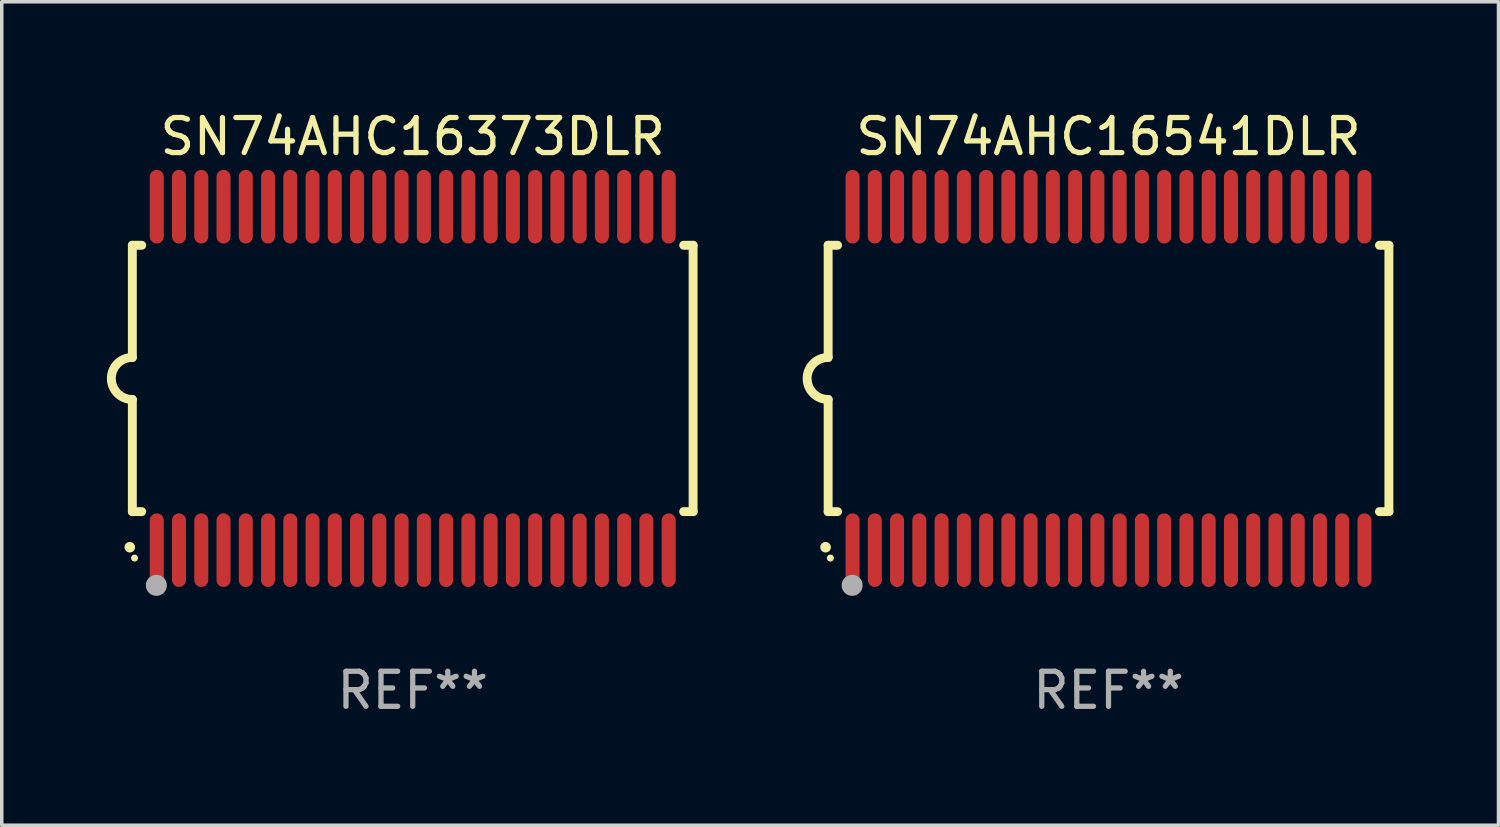
<source format=kicad_pcb>
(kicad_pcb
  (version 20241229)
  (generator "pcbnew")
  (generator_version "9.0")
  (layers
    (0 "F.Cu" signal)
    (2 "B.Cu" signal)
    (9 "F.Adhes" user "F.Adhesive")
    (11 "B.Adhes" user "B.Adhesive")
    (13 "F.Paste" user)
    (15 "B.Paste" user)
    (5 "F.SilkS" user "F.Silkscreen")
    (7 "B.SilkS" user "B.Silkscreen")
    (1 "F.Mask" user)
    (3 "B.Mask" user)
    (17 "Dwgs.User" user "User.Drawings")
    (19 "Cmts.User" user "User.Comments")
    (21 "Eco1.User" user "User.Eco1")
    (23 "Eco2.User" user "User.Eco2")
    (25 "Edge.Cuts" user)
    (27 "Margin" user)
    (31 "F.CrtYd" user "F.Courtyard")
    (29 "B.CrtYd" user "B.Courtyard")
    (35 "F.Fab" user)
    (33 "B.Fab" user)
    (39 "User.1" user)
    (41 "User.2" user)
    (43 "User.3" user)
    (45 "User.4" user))
  (footprint "SN74AHC16541DLR"
    (layer "F.Cu")
    (at 28.579 7.748)
    (property "Reference" "SN74AHC16541DLR" (at 0 -6.9 0) (layer "F.SilkS") (effects (font (size 1 1) (thickness 0.15))))
    (attr through_hole)
    (fp_line (start -8 -3.8) (end -8 -0.599) (stroke (width 0.254) (type solid)) (layer "F.SilkS"))
    (fp_line (start -8 -3.8) (end -7.731 -3.8) (stroke (width 0.254) (type solid)) (layer "F.SilkS"))
    (fp_line (start -8 3.8) (end -8 0.599) (stroke (width 0.254) (type solid)) (layer "F.SilkS"))
    (fp_line (start -7.731 3.8) (end -8 3.8) (stroke (width 0.254) (type solid)) (layer "F.SilkS"))
    (fp_line (start 7.731 -3.8) (end 8 -3.8) (stroke (width 0.254) (type solid)) (layer "F.SilkS"))
    (fp_line (start 8 -3.8) (end 8 3.8) (stroke (width 0.254) (type solid)) (layer "F.SilkS"))
    (fp_line (start 8 3.8) (end 7.731 3.8) (stroke (width 0.254) (type solid)) (layer "F.SilkS"))
    (fp_arc (start -8.074676 4.81585) (mid -8.073406 4.815845) (end -8.072136 4.81585) (stroke (width 0.3) (type solid)) (layer "F.SilkS"))
    (fp_arc (start -8.000025 0.6) (mid -8.598908 0.00056) (end -8.000027 -0.598882) (stroke (width 0.254001) (type solid)) (layer "F.SilkS"))
    (fp_circle (center -7.937 5.125) (end -7.887 5.125) (stroke (width 0.1) (type solid)) (fill no) (layer "F.SilkS"))
    (fp_circle (center -7.315 5.903) (end -7.165 5.903) (stroke (width 0.3) (type solid)) (fill no) (layer "F.Fab"))
    (fp_text user "REF**" (at 0 8.9 0) (layer "F.Fab") (effects (font (size 1 1) (thickness 0.15))))
    (pad "1" smd oval (at -7.303 4.9) (size 0.4 2.1) (layers "F.Cu" "F.Mask" "F.Paste"))
    (pad "2" smd oval (at -6.668 4.9) (size 0.4 2.1) (layers "F.Cu" "F.Mask" "F.Paste"))
    (pad "3" smd oval (at -6.033 4.9) (size 0.4 2.1) (layers "F.Cu" "F.Mask" "F.Paste"))
    (pad "4" smd oval (at -5.398 4.9) (size 0.4 2.1) (layers "F.Cu" "F.Mask" "F.Paste"))
    (pad "5" smd oval (at -4.763 4.9) (size 0.4 2.1) (layers "F.Cu" "F.Mask" "F.Paste"))
    (pad "6" smd oval (at -4.128 4.9) (size 0.4 2.1) (layers "F.Cu" "F.Mask" "F.Paste"))
    (pad "7" smd oval (at -3.493 4.9) (size 0.4 2.1) (layers "F.Cu" "F.Mask" "F.Paste"))
    (pad "8" smd oval (at -2.858 4.9) (size 0.4 2.1) (layers "F.Cu" "F.Mask" "F.Paste"))
    (pad "9" smd oval (at -2.223 4.9) (size 0.4 2.1) (layers "F.Cu" "F.Mask" "F.Paste"))
    (pad "10" smd oval (at -1.588 4.9) (size 0.4 2.1) (layers "F.Cu" "F.Mask" "F.Paste"))
    (pad "11" smd oval (at -0.953 4.9) (size 0.4 2.1) (layers "F.Cu" "F.Mask" "F.Paste"))
    (pad "12" smd oval (at -0.318 4.9) (size 0.4 2.1) (layers "F.Cu" "F.Mask" "F.Paste"))
    (pad "13" smd oval (at 0.318 4.9) (size 0.4 2.1) (layers "F.Cu" "F.Mask" "F.Paste"))
    (pad "14" smd oval (at 0.953 4.9) (size 0.4 2.1) (layers "F.Cu" "F.Mask" "F.Paste"))
    (pad "15" smd oval (at 1.588 4.9) (size 0.4 2.1) (layers "F.Cu" "F.Mask" "F.Paste"))
    (pad "16" smd oval (at 2.223 4.9) (size 0.4 2.1) (layers "F.Cu" "F.Mask" "F.Paste"))
    (pad "17" smd oval (at 2.858 4.9) (size 0.4 2.1) (layers "F.Cu" "F.Mask" "F.Paste"))
    (pad "18" smd oval (at 3.493 4.9) (size 0.4 2.1) (layers "F.Cu" "F.Mask" "F.Paste"))
    (pad "19" smd oval (at 4.128 4.9) (size 0.4 2.1) (layers "F.Cu" "F.Mask" "F.Paste"))
    (pad "20" smd oval (at 4.763 4.9) (size 0.4 2.1) (layers "F.Cu" "F.Mask" "F.Paste"))
    (pad "21" smd oval (at 5.398 4.9) (size 0.4 2.1) (layers "F.Cu" "F.Mask" "F.Paste"))
    (pad "22" smd oval (at 6.033 4.9) (size 0.4 2.1) (layers "F.Cu" "F.Mask" "F.Paste"))
    (pad "23" smd oval (at 6.668 4.9) (size 0.4 2.1) (layers "F.Cu" "F.Mask" "F.Paste"))
    (pad "24" smd oval (at 7.303 4.9) (size 0.4 2.1) (layers "F.Cu" "F.Mask" "F.Paste"))
    (pad "25" smd oval (at 7.303 -4.9 180) (size 0.4 2.1) (layers "F.Cu" "F.Mask" "F.Paste"))
    (pad "26" smd oval (at 6.668 -4.9 180) (size 0.4 2.1) (layers "F.Cu" "F.Mask" "F.Paste"))
    (pad "27" smd oval (at 6.033 -4.9 180) (size 0.4 2.1) (layers "F.Cu" "F.Mask" "F.Paste"))
    (pad "28" smd oval (at 5.398 -4.9 180) (size 0.4 2.1) (layers "F.Cu" "F.Mask" "F.Paste"))
    (pad "29" smd oval (at 4.763 -4.9 180) (size 0.4 2.1) (layers "F.Cu" "F.Mask" "F.Paste"))
    (pad "30" smd oval (at 4.128 -4.9 180) (size 0.4 2.1) (layers "F.Cu" "F.Mask" "F.Paste"))
    (pad "31" smd oval (at 3.493 -4.9 180) (size 0.4 2.1) (layers "F.Cu" "F.Mask" "F.Paste"))
    (pad "32" smd oval (at 2.858 -4.9 180) (size 0.4 2.1) (layers "F.Cu" "F.Mask" "F.Paste"))
    (pad "33" smd oval (at 2.223 -4.9 180) (size 0.4 2.1) (layers "F.Cu" "F.Mask" "F.Paste"))
    (pad "34" smd oval (at 1.588 -4.9 180) (size 0.4 2.1) (layers "F.Cu" "F.Mask" "F.Paste"))
    (pad "35" smd oval (at 0.953 -4.9 180) (size 0.4 2.1) (layers "F.Cu" "F.Mask" "F.Paste"))
    (pad "36" smd oval (at 0.318 -4.9 180) (size 0.4 2.1) (layers "F.Cu" "F.Mask" "F.Paste"))
    (pad "37" smd oval (at -0.318 -4.9 180) (size 0.4 2.1) (layers "F.Cu" "F.Mask" "F.Paste"))
    (pad "38" smd oval (at -0.953 -4.9 180) (size 0.4 2.1) (layers "F.Cu" "F.Mask" "F.Paste"))
    (pad "39" smd oval (at -1.588 -4.9 180) (size 0.4 2.1) (layers "F.Cu" "F.Mask" "F.Paste"))
    (pad "40" smd oval (at -2.223 -4.9 180) (size 0.4 2.1) (layers "F.Cu" "F.Mask" "F.Paste"))
    (pad "41" smd oval (at -2.858 -4.9 180) (size 0.4 2.1) (layers "F.Cu" "F.Mask" "F.Paste"))
    (pad "42" smd oval (at -3.493 -4.9 180) (size 0.4 2.1) (layers "F.Cu" "F.Mask" "F.Paste"))
    (pad "43" smd oval (at -4.128 -4.9 180) (size 0.4 2.1) (layers "F.Cu" "F.Mask" "F.Paste"))
    (pad "44" smd oval (at -4.763 -4.9 180) (size 0.4 2.1) (layers "F.Cu" "F.Mask" "F.Paste"))
    (pad "45" smd oval (at -5.398 -4.9 180) (size 0.4 2.1) (layers "F.Cu" "F.Mask" "F.Paste"))
    (pad "46" smd oval (at -6.033 -4.9 180) (size 0.4 2.1) (layers "F.Cu" "F.Mask" "F.Paste"))
    (pad "47" smd oval (at -6.668 -4.9 180) (size 0.4 2.1) (layers "F.Cu" "F.Mask" "F.Paste"))
    (pad "48" smd oval (at -7.303 -4.9 180) (size 0.4 2.1) (layers "F.Cu" "F.Mask" "F.Paste")))
  (footprint "SN74AHC16373DLR"
    (layer "F.Cu")
    (at 8.726 7.748)
    (property "Reference" "SN74AHC16373DLR" (at 0 -6.9 0) (layer "F.SilkS") (effects (font (size 1 1) (thickness 0.15))))
    (attr through_hole)
    (fp_line (start -8 -3.8) (end -8 -0.599) (stroke (width 0.254) (type solid)) (layer "F.SilkS"))
    (fp_line (start -8 -3.8) (end -7.731 -3.8) (stroke (width 0.254) (type solid)) (layer "F.SilkS"))
    (fp_line (start -8 3.8) (end -8 0.599) (stroke (width 0.254) (type solid)) (layer "F.SilkS"))
    (fp_line (start -7.731 3.8) (end -8 3.8) (stroke (width 0.254) (type solid)) (layer "F.SilkS"))
    (fp_line (start 7.731 -3.8) (end 8 -3.8) (stroke (width 0.254) (type solid)) (layer "F.SilkS"))
    (fp_line (start 8 -3.8) (end 8 3.8) (stroke (width 0.254) (type solid)) (layer "F.SilkS"))
    (fp_line (start 8 3.8) (end 7.731 3.8) (stroke (width 0.254) (type solid)) (layer "F.SilkS"))
    (fp_arc (start -8.074676 4.81585) (mid -8.073406 4.815845) (end -8.072136 4.81585) (stroke (width 0.3) (type solid)) (layer "F.SilkS"))
    (fp_arc (start -8.000025 0.6) (mid -8.598908 0.00056) (end -8.000027 -0.598882) (stroke (width 0.254001) (type solid)) (layer "F.SilkS"))
    (fp_circle (center -7.937 5.125) (end -7.887 5.125) (stroke (width 0.1) (type solid)) (fill no) (layer "F.SilkS"))
    (fp_circle (center -7.315 5.903) (end -7.165 5.903) (stroke (width 0.3) (type solid)) (fill no) (layer "F.Fab"))
    (fp_text user "REF**" (at 0 8.9 0) (layer "F.Fab") (effects (font (size 1 1) (thickness 0.15))))
    (pad "1" smd oval (at -7.303 4.9) (size 0.4 2.1) (layers "F.Cu" "F.Mask" "F.Paste"))
    (pad "2" smd oval (at -6.668 4.9) (size 0.4 2.1) (layers "F.Cu" "F.Mask" "F.Paste"))
    (pad "3" smd oval (at -6.033 4.9) (size 0.4 2.1) (layers "F.Cu" "F.Mask" "F.Paste"))
    (pad "4" smd oval (at -5.398 4.9) (size 0.4 2.1) (layers "F.Cu" "F.Mask" "F.Paste"))
    (pad "5" smd oval (at -4.763 4.9) (size 0.4 2.1) (layers "F.Cu" "F.Mask" "F.Paste"))
    (pad "6" smd oval (at -4.128 4.9) (size 0.4 2.1) (layers "F.Cu" "F.Mask" "F.Paste"))
    (pad "7" smd oval (at -3.493 4.9) (size 0.4 2.1) (layers "F.Cu" "F.Mask" "F.Paste"))
    (pad "8" smd oval (at -2.858 4.9) (size 0.4 2.1) (layers "F.Cu" "F.Mask" "F.Paste"))
    (pad "9" smd oval (at -2.223 4.9) (size 0.4 2.1) (layers "F.Cu" "F.Mask" "F.Paste"))
    (pad "10" smd oval (at -1.588 4.9) (size 0.4 2.1) (layers "F.Cu" "F.Mask" "F.Paste"))
    (pad "11" smd oval (at -0.953 4.9) (size 0.4 2.1) (layers "F.Cu" "F.Mask" "F.Paste"))
    (pad "12" smd oval (at -0.318 4.9) (size 0.4 2.1) (layers "F.Cu" "F.Mask" "F.Paste"))
    (pad "13" smd oval (at 0.318 4.9) (size 0.4 2.1) (layers "F.Cu" "F.Mask" "F.Paste"))
    (pad "14" smd oval (at 0.953 4.9) (size 0.4 2.1) (layers "F.Cu" "F.Mask" "F.Paste"))
    (pad "15" smd oval (at 1.588 4.9) (size 0.4 2.1) (layers "F.Cu" "F.Mask" "F.Paste"))
    (pad "16" smd oval (at 2.223 4.9) (size 0.4 2.1) (layers "F.Cu" "F.Mask" "F.Paste"))
    (pad "17" smd oval (at 2.858 4.9) (size 0.4 2.1) (layers "F.Cu" "F.Mask" "F.Paste"))
    (pad "18" smd oval (at 3.493 4.9) (size 0.4 2.1) (layers "F.Cu" "F.Mask" "F.Paste"))
    (pad "19" smd oval (at 4.128 4.9) (size 0.4 2.1) (layers "F.Cu" "F.Mask" "F.Paste"))
    (pad "20" smd oval (at 4.763 4.9) (size 0.4 2.1) (layers "F.Cu" "F.Mask" "F.Paste"))
    (pad "21" smd oval (at 5.398 4.9) (size 0.4 2.1) (layers "F.Cu" "F.Mask" "F.Paste"))
    (pad "22" smd oval (at 6.033 4.9) (size 0.4 2.1) (layers "F.Cu" "F.Mask" "F.Paste"))
    (pad "23" smd oval (at 6.668 4.9) (size 0.4 2.1) (layers "F.Cu" "F.Mask" "F.Paste"))
    (pad "24" smd oval (at 7.303 4.9) (size 0.4 2.1) (layers "F.Cu" "F.Mask" "F.Paste"))
    (pad "25" smd oval (at 7.303 -4.9 180) (size 0.4 2.1) (layers "F.Cu" "F.Mask" "F.Paste"))
    (pad "26" smd oval (at 6.668 -4.9 180) (size 0.4 2.1) (layers "F.Cu" "F.Mask" "F.Paste"))
    (pad "27" smd oval (at 6.033 -4.9 180) (size 0.4 2.1) (layers "F.Cu" "F.Mask" "F.Paste"))
    (pad "28" smd oval (at 5.398 -4.9 180) (size 0.4 2.1) (layers "F.Cu" "F.Mask" "F.Paste"))
    (pad "29" smd oval (at 4.763 -4.9 180) (size 0.4 2.1) (layers "F.Cu" "F.Mask" "F.Paste"))
    (pad "30" smd oval (at 4.128 -4.9 180) (size 0.4 2.1) (layers "F.Cu" "F.Mask" "F.Paste"))
    (pad "31" smd oval (at 3.493 -4.9 180) (size 0.4 2.1) (layers "F.Cu" "F.Mask" "F.Paste"))
    (pad "32" smd oval (at 2.858 -4.9 180) (size 0.4 2.1) (layers "F.Cu" "F.Mask" "F.Paste"))
    (pad "33" smd oval (at 2.223 -4.9 180) (size 0.4 2.1) (layers "F.Cu" "F.Mask" "F.Paste"))
    (pad "34" smd oval (at 1.588 -4.9 180) (size 0.4 2.1) (layers "F.Cu" "F.Mask" "F.Paste"))
    (pad "35" smd oval (at 0.953 -4.9 180) (size 0.4 2.1) (layers "F.Cu" "F.Mask" "F.Paste"))
    (pad "36" smd oval (at 0.318 -4.9 180) (size 0.4 2.1) (layers "F.Cu" "F.Mask" "F.Paste"))
    (pad "37" smd oval (at -0.318 -4.9 180) (size 0.4 2.1) (layers "F.Cu" "F.Mask" "F.Paste"))
    (pad "38" smd oval (at -0.953 -4.9 180) (size 0.4 2.1) (layers "F.Cu" "F.Mask" "F.Paste"))
    (pad "39" smd oval (at -1.588 -4.9 180) (size 0.4 2.1) (layers "F.Cu" "F.Mask" "F.Paste"))
    (pad "40" smd oval (at -2.223 -4.9 180) (size 0.4 2.1) (layers "F.Cu" "F.Mask" "F.Paste"))
    (pad "41" smd oval (at -2.858 -4.9 180) (size 0.4 2.1) (layers "F.Cu" "F.Mask" "F.Paste"))
    (pad "42" smd oval (at -3.493 -4.9 180) (size 0.4 2.1) (layers "F.Cu" "F.Mask" "F.Paste"))
    (pad "43" smd oval (at -4.128 -4.9 180) (size 0.4 2.1) (layers "F.Cu" "F.Mask" "F.Paste"))
    (pad "44" smd oval (at -4.763 -4.9 180) (size 0.4 2.1) (layers "F.Cu" "F.Mask" "F.Paste"))
    (pad "45" smd oval (at -5.398 -4.9 180) (size 0.4 2.1) (layers "F.Cu" "F.Mask" "F.Paste"))
    (pad "46" smd oval (at -6.033 -4.9 180) (size 0.4 2.1) (layers "F.Cu" "F.Mask" "F.Paste"))
    (pad "47" smd oval (at -6.668 -4.9 180) (size 0.4 2.1) (layers "F.Cu" "F.Mask" "F.Paste"))
    (pad "48" smd oval (at -7.303 -4.9 180) (size 0.4 2.1) (layers "F.Cu" "F.Mask" "F.Paste")))
  (gr_rect
    (start -3 -3)
    (end 39.706 20.496)
    (stroke (width 0.1) (type default))
    (fill no)
    (layer "Edge.Cuts")))
</source>
